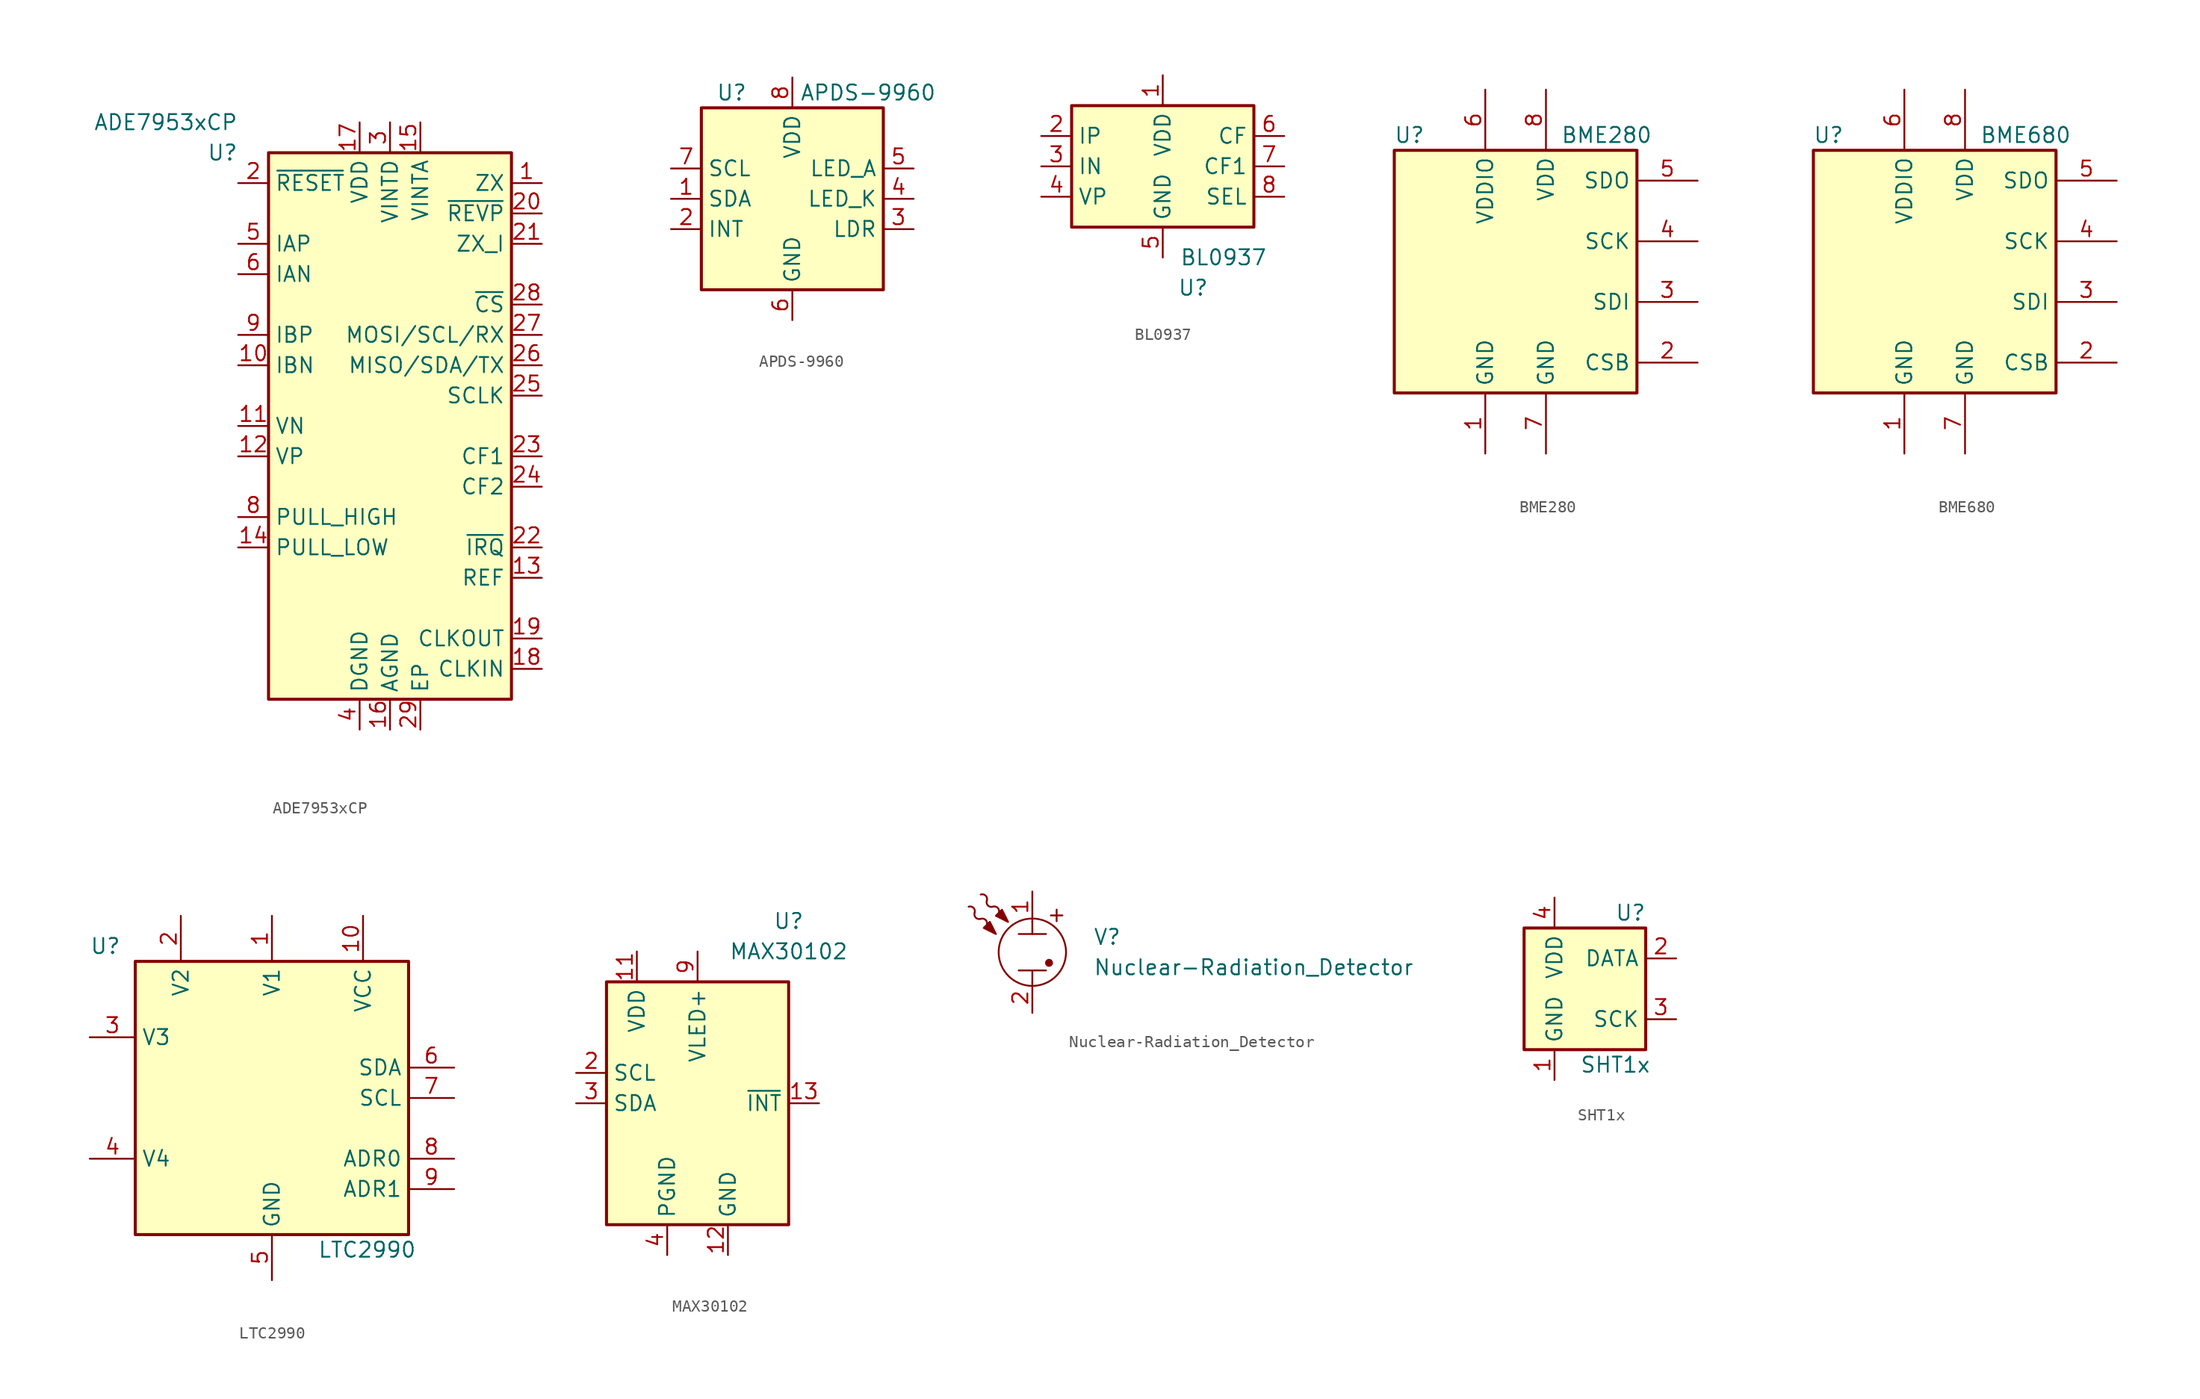
<source format=kicad_sym>
(kicad_symbol_lib
  (version 20241209)
  (generator "kicad_symbol_editor")
  (generator_version "9.0")
  (symbol "ADE7953xCP"
    (property "Reference" "U"
      (at -12.7 22.86 0)
      (effects (font (size 1.27 1.27)) (justify right)))
    (property "Value" "ADE7953xCP"
      (at -12.7 25.4 0)
      (effects (font (size 1.27 1.27)) (justify right)))
    (symbol "ADE7953xCP_0_1"
      (rectangle (start 10.16 -22.86) (end -10.16 22.86) (stroke (width 0.254) (type default)) (fill (type background))))
    (symbol "ADE7953xCP_1_1"
      (pin input line (at -12.7 20.32 0) (length 2.54) (name "~{RESET}" (effects (font (size 1.27 1.27)))) (number "2" (effects (font (size 1.27 1.27)))))
      (pin input line (at -12.7 15.24 0) (length 2.54) (name "IAP" (effects (font (size 1.27 1.27)))) (number "5" (effects (font (size 1.27 1.27)))))
      (pin input line (at -12.7 12.7 0) (length 2.54) (name "IAN" (effects (font (size 1.27 1.27)))) (number "6" (effects (font (size 1.27 1.27)))))
      (pin input line (at -12.7 7.62 0) (length 2.54) (name "IBP" (effects (font (size 1.27 1.27)))) (number "9" (effects (font (size 1.27 1.27)))))
      (pin input line (at -12.7 5.08 0) (length 2.54) (name "IBN" (effects (font (size 1.27 1.27)))) (number "10" (effects (font (size 1.27 1.27)))))
      (pin input line (at -12.7 0 0) (length 2.54) (name "VN" (effects (font (size 1.27 1.27)))) (number "11" (effects (font (size 1.27 1.27)))))
      (pin input line (at -12.7 -2.54 0) (length 2.54) (name "VP" (effects (font (size 1.27 1.27)))) (number "12" (effects (font (size 1.27 1.27)))))
      (pin input line (at -12.7 -7.62 0) (length 2.54) (hide yes) (name "PULL_HIGH" (effects (font (size 1.27 1.27)))) (number "7" (effects (font (size 1.27 1.27)))))
      (pin input line (at -12.7 -7.62 0) (length 2.54) (name "PULL_HIGH" (effects (font (size 1.27 1.27)))) (number "8" (effects (font (size 1.27 1.27)))))
      (pin input line (at -12.7 -10.16 0) (length 2.54) (name "PULL_LOW" (effects (font (size 1.27 1.27)))) (number "14" (effects (font (size 1.27 1.27)))))
      (pin power_in line (at -2.54 25.4 270) (length 2.54) (name "VDD" (effects (font (size 1.27 1.27)))) (number "17" (effects (font (size 1.27 1.27)))))
      (pin power_in line (at -2.54 -25.4 90) (length 2.54) (name "DGND" (effects (font (size 1.27 1.27)))) (number "4" (effects (font (size 1.27 1.27)))))
      (pin power_out line (at 0 25.4 270) (length 2.54) (name "VINTD" (effects (font (size 1.27 1.27)))) (number "3" (effects (font (size 1.27 1.27)))))
      (pin power_in line (at 0 -25.4 90) (length 2.54) (name "AGND" (effects (font (size 1.27 1.27)))) (number "16" (effects (font (size 1.27 1.27)))))
      (pin power_out line (at 2.54 25.4 270) (length 2.54) (name "VINTA" (effects (font (size 1.27 1.27)))) (number "15" (effects (font (size 1.27 1.27)))))
      (pin passive line (at 2.54 -25.4 90) (length 2.54) (name "EP" (effects (font (size 1.27 1.27)))) (number "29" (effects (font (size 1.27 1.27)))))
      (pin output line (at 12.7 20.32 180) (length 2.54) (name "ZX" (effects (font (size 1.27 1.27)))) (number "1" (effects (font (size 1.27 1.27)))))
      (pin output line (at 12.7 17.78 180) (length 2.54) (name "~{REVP}" (effects (font (size 1.27 1.27)))) (number "20" (effects (font (size 1.27 1.27)))))
      (pin output line (at 12.7 15.24 180) (length 2.54) (name "ZX_I" (effects (font (size 1.27 1.27)))) (number "21" (effects (font (size 1.27 1.27)))))
      (pin input line (at 12.7 10.16 180) (length 2.54) (name "~{CS}" (effects (font (size 1.27 1.27)))) (number "28" (effects (font (size 1.27 1.27)))))
      (pin input line (at 12.7 7.62 180) (length 2.54) (name "MOSI/SCL/RX" (effects (font (size 1.27 1.27)))) (number "27" (effects (font (size 1.27 1.27)))))
      (pin bidirectional line (at 12.7 5.08 180) (length 2.54) (name "MISO/SDA/TX" (effects (font (size 1.27 1.27)))) (number "26" (effects (font (size 1.27 1.27)))))
      (pin input line (at 12.7 2.54 180) (length 2.54) (name "SCLK" (effects (font (size 1.27 1.27)))) (number "25" (effects (font (size 1.27 1.27)))))
      (pin output line (at 12.7 -2.54 180) (length 2.54) (name "CF1" (effects (font (size 1.27 1.27)))) (number "23" (effects (font (size 1.27 1.27)))))
      (pin output line (at 12.7 -5.08 180) (length 2.54) (name "CF2" (effects (font (size 1.27 1.27)))) (number "24" (effects (font (size 1.27 1.27)))))
      (pin open_collector line (at 12.7 -10.16 180) (length 2.54) (name "~{IRQ}" (effects (font (size 1.27 1.27)))) (number "22" (effects (font (size 1.27 1.27)))))
      (pin input line (at 12.7 -12.7 180) (length 2.54) (name "REF" (effects (font (size 1.27 1.27)))) (number "13" (effects (font (size 1.27 1.27)))))
      (pin output line (at 12.7 -17.78 180) (length 2.54) (name "CLKOUT" (effects (font (size 1.27 1.27)))) (number "19" (effects (font (size 1.27 1.27)))))
      (pin input line (at 12.7 -20.32 180) (length 2.54) (name "CLKIN" (effects (font (size 1.27 1.27)))) (number "18" (effects (font (size 1.27 1.27)))))))
  (symbol "APDS-9960"
    (property "Reference" "U"
      (at -5.08 8.89 0)
      (effects (font (size 1.27 1.27))))
    (property "Value" "APDS-9960"
      (at 6.35 8.89 0)
      (effects (font (size 1.27 1.27))))
    (symbol "APDS-9960_0_1"
      (rectangle (start -7.62 7.62) (end 7.62 -7.62) (stroke (width 0.254) (type default)) (fill (type background))))
    (symbol "APDS-9960_1_1"
      (pin input line (at -10.16 2.54 0) (length 2.54) (name "SCL" (effects (font (size 1.27 1.27)))) (number "7" (effects (font (size 1.27 1.27)))))
      (pin bidirectional line (at -10.16 0 0) (length 2.54) (name "SDA" (effects (font (size 1.27 1.27)))) (number "1" (effects (font (size 1.27 1.27)))))
      (pin open_collector line (at -10.16 -2.54 0) (length 2.54) (name "INT" (effects (font (size 1.27 1.27)))) (number "2" (effects (font (size 1.27 1.27)))))
      (pin power_in line (at 0 10.16 270) (length 2.54) (name "VDD" (effects (font (size 1.27 1.27)))) (number "8" (effects (font (size 1.27 1.27)))))
      (pin power_in line (at 0 -10.16 90) (length 2.54) (name "GND" (effects (font (size 1.27 1.27)))) (number "6" (effects (font (size 1.27 1.27)))))
      (pin passive line (at 10.16 2.54 180) (length 2.54) (name "LED_A" (effects (font (size 1.27 1.27)))) (number "5" (effects (font (size 1.27 1.27)))))
      (pin passive line (at 10.16 0 180) (length 2.54) (name "LED_K" (effects (font (size 1.27 1.27)))) (number "4" (effects (font (size 1.27 1.27)))))
      (pin passive line (at 10.16 -2.54 180) (length 2.54) (name "LDR" (effects (font (size 1.27 1.27)))) (number "3" (effects (font (size 1.27 1.27)))))))
  (symbol "BL0937"
    (property "Reference" "U"
      (at 2.54 -10.16 0)
      (effects (font (size 1.27 1.27))))
    (property "Value" "BL0937"
      (at 5.08 -7.62 0)
      (effects (font (size 1.27 1.27))))
    (symbol "BL0937_0_1"
      (rectangle (start -7.62 5.08) (end 7.62 -5.08) (stroke (width 0.254) (type default)) (fill (type background))))
    (symbol "BL0937_1_1"
      (pin input line (at -10.16 2.54 0) (length 2.54) (name "IP" (effects (font (size 1.27 1.27)))) (number "2" (effects (font (size 1.27 1.27)))))
      (pin input line (at -10.16 0 0) (length 2.54) (name "IN" (effects (font (size 1.27 1.27)))) (number "3" (effects (font (size 1.27 1.27)))))
      (pin input line (at -10.16 -2.54 0) (length 2.54) (name "VP" (effects (font (size 1.27 1.27)))) (number "4" (effects (font (size 1.27 1.27)))))
      (pin power_in line (at 0 7.62 270) (length 2.54) (name "VDD" (effects (font (size 1.27 1.27)))) (number "1" (effects (font (size 1.27 1.27)))))
      (pin power_in line (at 0 -7.62 90) (length 2.54) (name "GND" (effects (font (size 1.27 1.27)))) (number "5" (effects (font (size 1.27 1.27)))))
      (pin output line (at 10.16 2.54 180) (length 2.54) (name "CF" (effects (font (size 1.27 1.27)))) (number "6" (effects (font (size 1.27 1.27)))))
      (pin output line (at 10.16 0 180) (length 2.54) (name "CF1" (effects (font (size 1.27 1.27)))) (number "7" (effects (font (size 1.27 1.27)))))
      (pin input line (at 10.16 -2.54 180) (length 2.54) (name "SEL" (effects (font (size 1.27 1.27)))) (number "8" (effects (font (size 1.27 1.27)))))))
  (symbol "BME280"
    (property "Reference" "U"
      (at -8.89 11.43 0)
      (effects (font (size 1.27 1.27))))
    (property "Value" "BME280"
      (at 7.62 11.43 0)
      (effects (font (size 1.27 1.27))))
    (symbol "BME280_0_1"
      (rectangle (start -10.16 10.16) (end 10.16 -10.16) (stroke (width 0.254) (type default)) (fill (type background))))
    (symbol "BME280_1_1"
      (pin power_in line (at -2.54 15.24 270) (length 5.08) (name "VDDIO" (effects (font (size 1.27 1.27)))) (number "6" (effects (font (size 1.27 1.27)))))
      (pin power_in line (at -2.54 -15.24 90) (length 5.08) (name "GND" (effects (font (size 1.27 1.27)))) (number "1" (effects (font (size 1.27 1.27)))))
      (pin power_in line (at 2.54 15.24 270) (length 5.08) (name "VDD" (effects (font (size 1.27 1.27)))) (number "8" (effects (font (size 1.27 1.27)))))
      (pin power_in line (at 2.54 -15.24 90) (length 5.08) (name "GND" (effects (font (size 1.27 1.27)))) (number "7" (effects (font (size 1.27 1.27)))))
      (pin bidirectional line (at 15.24 7.62 180) (length 5.08) (name "SDO" (effects (font (size 1.27 1.27)))) (number "5" (effects (font (size 1.27 1.27)))))
      (pin input line (at 15.24 2.54 180) (length 5.08) (name "SCK" (effects (font (size 1.27 1.27)))) (number "4" (effects (font (size 1.27 1.27)))))
      (pin bidirectional line (at 15.24 -2.54 180) (length 5.08) (name "SDI" (effects (font (size 1.27 1.27)))) (number "3" (effects (font (size 1.27 1.27)))))
      (pin input line (at 15.24 -7.62 180) (length 5.08) (name "CSB" (effects (font (size 1.27 1.27)))) (number "2" (effects (font (size 1.27 1.27)))))))
  (symbol "BME680"
    (property "Reference" "U"
      (at -8.89 11.43 0)
      (effects (font (size 1.27 1.27))))
    (property "Value" "BME680"
      (at 7.62 11.43 0)
      (effects (font (size 1.27 1.27))))
    (symbol "BME680_0_1"
      (rectangle (start -10.16 10.16) (end 10.16 -10.16) (stroke (width 0.254) (type default)) (fill (type background))))
    (symbol "BME680_1_1"
      (pin power_in line (at -2.54 15.24 270) (length 5.08) (name "VDDIO" (effects (font (size 1.27 1.27)))) (number "6" (effects (font (size 1.27 1.27)))))
      (pin power_in line (at -2.54 -15.24 90) (length 5.08) (name "GND" (effects (font (size 1.27 1.27)))) (number "1" (effects (font (size 1.27 1.27)))))
      (pin power_in line (at 2.54 15.24 270) (length 5.08) (name "VDD" (effects (font (size 1.27 1.27)))) (number "8" (effects (font (size 1.27 1.27)))))
      (pin power_in line (at 2.54 -15.24 90) (length 5.08) (name "GND" (effects (font (size 1.27 1.27)))) (number "7" (effects (font (size 1.27 1.27)))))
      (pin bidirectional line (at 15.24 7.62 180) (length 5.08) (name "SDO" (effects (font (size 1.27 1.27)))) (number "5" (effects (font (size 1.27 1.27)))))
      (pin input line (at 15.24 2.54 180) (length 5.08) (name "SCK" (effects (font (size 1.27 1.27)))) (number "4" (effects (font (size 1.27 1.27)))))
      (pin bidirectional line (at 15.24 -2.54 180) (length 5.08) (name "SDI" (effects (font (size 1.27 1.27)))) (number "3" (effects (font (size 1.27 1.27)))))
      (pin input line (at 15.24 -7.62 180) (length 5.08) (name "CSB" (effects (font (size 1.27 1.27)))) (number "2" (effects (font (size 1.27 1.27)))))))
  (symbol "LTC2990"
    (property "Reference" "U"
      (at -15.24 12.7 0)
      (effects (font (size 1.27 1.27)) (justify left)))
    (property "Value" "LTC2990"
      (at 3.81 -12.7 0)
      (effects (font (size 1.27 1.27)) (justify left)))
    (symbol "LTC2990_0_1"
      (rectangle (start -11.43 11.43) (end 11.43 -11.43) (stroke (width 0.254) (type default)) (fill (type background))))
    (symbol "LTC2990_1_1"
      (pin passive line (at -15.24 5.08 0) (length 3.81) (name "V3" (effects (font (size 1.27 1.27)))) (number "3" (effects (font (size 1.27 1.27)))))
      (pin passive line (at -15.24 -5.08 0) (length 3.81) (name "V4" (effects (font (size 1.27 1.27)))) (number "4" (effects (font (size 1.27 1.27)))))
      (pin passive line (at -7.62 15.24 270) (length 3.81) (name "V2" (effects (font (size 1.27 1.27)))) (number "2" (effects (font (size 1.27 1.27)))))
      (pin passive line (at 0 15.24 270) (length 3.81) (name "V1" (effects (font (size 1.27 1.27)))) (number "1" (effects (font (size 1.27 1.27)))))
      (pin power_in line (at 0 -15.24 90) (length 3.81) (name "GND" (effects (font (size 1.27 1.27)))) (number "5" (effects (font (size 1.27 1.27)))))
      (pin power_in line (at 7.62 15.24 270) (length 3.81) (name "VCC" (effects (font (size 1.27 1.27)))) (number "10" (effects (font (size 1.27 1.27)))))
      (pin bidirectional line (at 15.24 2.54 180) (length 3.81) (name "SDA" (effects (font (size 1.27 1.27)))) (number "6" (effects (font (size 1.27 1.27)))))
      (pin input line (at 15.24 0 180) (length 3.81) (name "SCL" (effects (font (size 1.27 1.27)))) (number "7" (effects (font (size 1.27 1.27)))))
      (pin input line (at 15.24 -5.08 180) (length 3.81) (name "ADR0" (effects (font (size 1.27 1.27)))) (number "8" (effects (font (size 1.27 1.27)))))
      (pin input line (at 15.24 -7.62 180) (length 3.81) (name "ADR1" (effects (font (size 1.27 1.27)))) (number "9" (effects (font (size 1.27 1.27)))))))
  (symbol "MAX30102"
    (property "Reference" "U"
      (at 7.62 15.24 0)
      (effects (font (size 1.27 1.27))))
    (property "Value" "MAX30102"
      (at 7.62 12.7 0)
      (effects (font (size 1.27 1.27))))
    (symbol "MAX30102_0_1"
      (rectangle (start -7.62 10.16) (end 7.62 -10.16) (stroke (width 0.254) (type default)) (fill (type background))))
    (symbol "MAX30102_1_1"
      (pin input line (at -10.16 2.54 0) (length 2.54) (name "SCL" (effects (font (size 1.27 1.27)))) (number "2" (effects (font (size 1.27 1.27)))))
      (pin bidirectional line (at -10.16 0 0) (length 2.54) (name "SDA" (effects (font (size 1.27 1.27)))) (number "3" (effects (font (size 1.27 1.27)))))
      (pin no_connect line (at -7.62 5.08 0) (length 2.54) (hide yes) (name "NC" (effects (font (size 1.27 1.27)))) (number "1" (effects (font (size 1.27 1.27)))))
      (pin no_connect line (at -7.62 -2.54 0) (length 2.54) (hide yes) (name "NC" (effects (font (size 1.27 1.27)))) (number "7" (effects (font (size 1.27 1.27)))))
      (pin power_in line (at -5.08 12.7 270) (length 2.54) (name "VDD" (effects (font (size 1.27 1.27)))) (number "11" (effects (font (size 1.27 1.27)))))
      (pin power_in line (at -2.54 -12.7 90) (length 2.54) (name "PGND" (effects (font (size 1.27 1.27)))) (number "4" (effects (font (size 1.27 1.27)))))
      (pin passive line (at 0 12.7 270) (length 2.54) (hide yes) (name "VLED+" (effects (font (size 1.27 1.27)))) (number "10" (effects (font (size 1.27 1.27)))))
      (pin power_in line (at 0 12.7 270) (length 2.54) (name "VLED+" (effects (font (size 1.27 1.27)))) (number "9" (effects (font (size 1.27 1.27)))))
      (pin power_in line (at 2.54 -12.7 90) (length 2.54) (name "GND" (effects (font (size 1.27 1.27)))) (number "12" (effects (font (size 1.27 1.27)))))
      (pin no_connect line (at 7.62 5.08 180) (length 2.54) (hide yes) (name "NC" (effects (font (size 1.27 1.27)))) (number "8" (effects (font (size 1.27 1.27)))))
      (pin no_connect line (at 7.62 2.54 180) (length 2.54) (hide yes) (name "NC" (effects (font (size 1.27 1.27)))) (number "14" (effects (font (size 1.27 1.27)))))
      (pin no_connect line (at 7.62 -5.08 180) (length 2.54) (hide yes) (name "NC" (effects (font (size 1.27 1.27)))) (number "6" (effects (font (size 1.27 1.27)))))
      (pin no_connect line (at 7.62 -7.62 180) (length 2.54) (hide yes) (name "NC" (effects (font (size 1.27 1.27)))) (number "5" (effects (font (size 1.27 1.27)))))
      (pin output line (at 10.16 0 180) (length 2.54) (name "~{INT}" (effects (font (size 1.27 1.27)))) (number "13" (effects (font (size 1.27 1.27)))))))
  (symbol "Nuclear-Radiation_Detector"
    (pin_names
      (offset 0)
      (hide yes))
    (property "Reference" "V"
      (at 5.08 1.27 0)
      (effects (font (size 1.27 1.27)) (justify left)))
    (property "Value" "Nuclear-Radiation_Detector"
      (at 5.08 -1.27 0)
      (effects (font (size 1.27 1.27)) (justify left)))
    (symbol "Nuclear-Radiation_Detector_0_0"
      (text "+" (at 2.032 3.175 0) (effects (font (size 1.27 1.27)))))
    (symbol "Nuclear-Radiation_Detector_0_1"
      (arc (start -3.302 3.81) (mid -2.891 3.713) (end -2.794 3.302) (stroke (width 0) (type default)) (fill (type none)))
      (polyline (pts (xy -2.54 3.556) (xy -3.048 3.048) (xy -2.032 2.54) (xy -2.54 3.556)) (stroke (width 0) (type default)) (fill (type outline)))
      (polyline (pts (xy -1.143 1.524) (xy 1.143 1.524)) (stroke (width 0) (type default)) (fill (type none)))
      (polyline (pts (xy -1.143 -1.524) (xy 1.143 -1.524)) (stroke (width 0) (type default)) (fill (type none)))
      (polyline (pts (xy 0 2.54) (xy 0 1.524)) (stroke (width 0) (type default)) (fill (type none)))
      (circle (center 0 0) (radius 2.819) (stroke (width 0) (type default)) (fill (type none)))
      (polyline (pts (xy 0 -1.524) (xy 0 -2.54)) (stroke (width 0) (type default)) (fill (type none)))
      (circle (center 1.397 -0.889) (radius 0.254) (stroke (width 0) (type default)) (fill (type outline))))
    (symbol "Nuclear-Radiation_Detector_1_1"
      (arc (start -5.334 3.81) (mid -4.923 3.713) (end -4.826 3.302) (stroke (width 0) (type default)) (fill (type none)))
      (arc (start -4.318 2.794) (mid -4.729 2.891) (end -4.826 3.302) (stroke (width 0) (type default)) (fill (type none)))
      (arc (start -4.318 4.826) (mid -3.907 4.729) (end -3.81 4.318) (stroke (width 0) (type default)) (fill (type none)))
      (arc (start -4.318 2.794) (mid -3.907 2.697) (end -3.81 2.286) (stroke (width 0) (type default)) (fill (type none)))
      (polyline (pts (xy -3.556 2.54) (xy -4.064 2.032) (xy -3.048 1.524) (xy -3.556 2.54)) (stroke (width 0) (type default)) (fill (type outline)))
      (arc (start -3.302 3.81) (mid -3.713 3.907) (end -3.81 4.318) (stroke (width 0) (type default)) (fill (type none)))
      (pin passive line (at 0 5.08 270) (length 2.54) (name "1" (effects (font (size 1.27 1.27)))) (number "1" (effects (font (size 1.27 1.27)))))
      (pin passive line (at 0 -5.08 90) (length 2.54) (name "2" (effects (font (size 1.27 1.27)))) (number "2" (effects (font (size 1.27 1.27)))))))
  (symbol "SHT1x"
    (property "Reference" "U"
      (at 3.81 6.35 0)
      (effects (font (size 1.27 1.27))))
    (property "Value" "SHT1x"
      (at 2.54 -6.35 0)
      (effects (font (size 1.27 1.27))))
    (symbol "SHT1x_0_1"
      (rectangle (start -5.08 5.08) (end 5.08 -5.08) (stroke (width 0.254) (type default)) (fill (type background))))
    (symbol "SHT1x_1_1"
      (pin power_in line (at -2.54 7.62 270) (length 2.54) (name "VDD" (effects (font (size 1.27 1.27)))) (number "4" (effects (font (size 1.27 1.27)))))
      (pin power_in line (at -2.54 -7.62 90) (length 2.54) (name "GND" (effects (font (size 1.27 1.27)))) (number "1" (effects (font (size 1.27 1.27)))))
      (pin bidirectional line (at 7.62 2.54 180) (length 2.54) (name "DATA" (effects (font (size 1.27 1.27)))) (number "2" (effects (font (size 1.27 1.27)))))
      (pin input line (at 7.62 -2.54 180) (length 2.54) (name "SCK" (effects (font (size 1.27 1.27)))) (number "3" (effects (font (size 1.27 1.27))))))))
</source>
